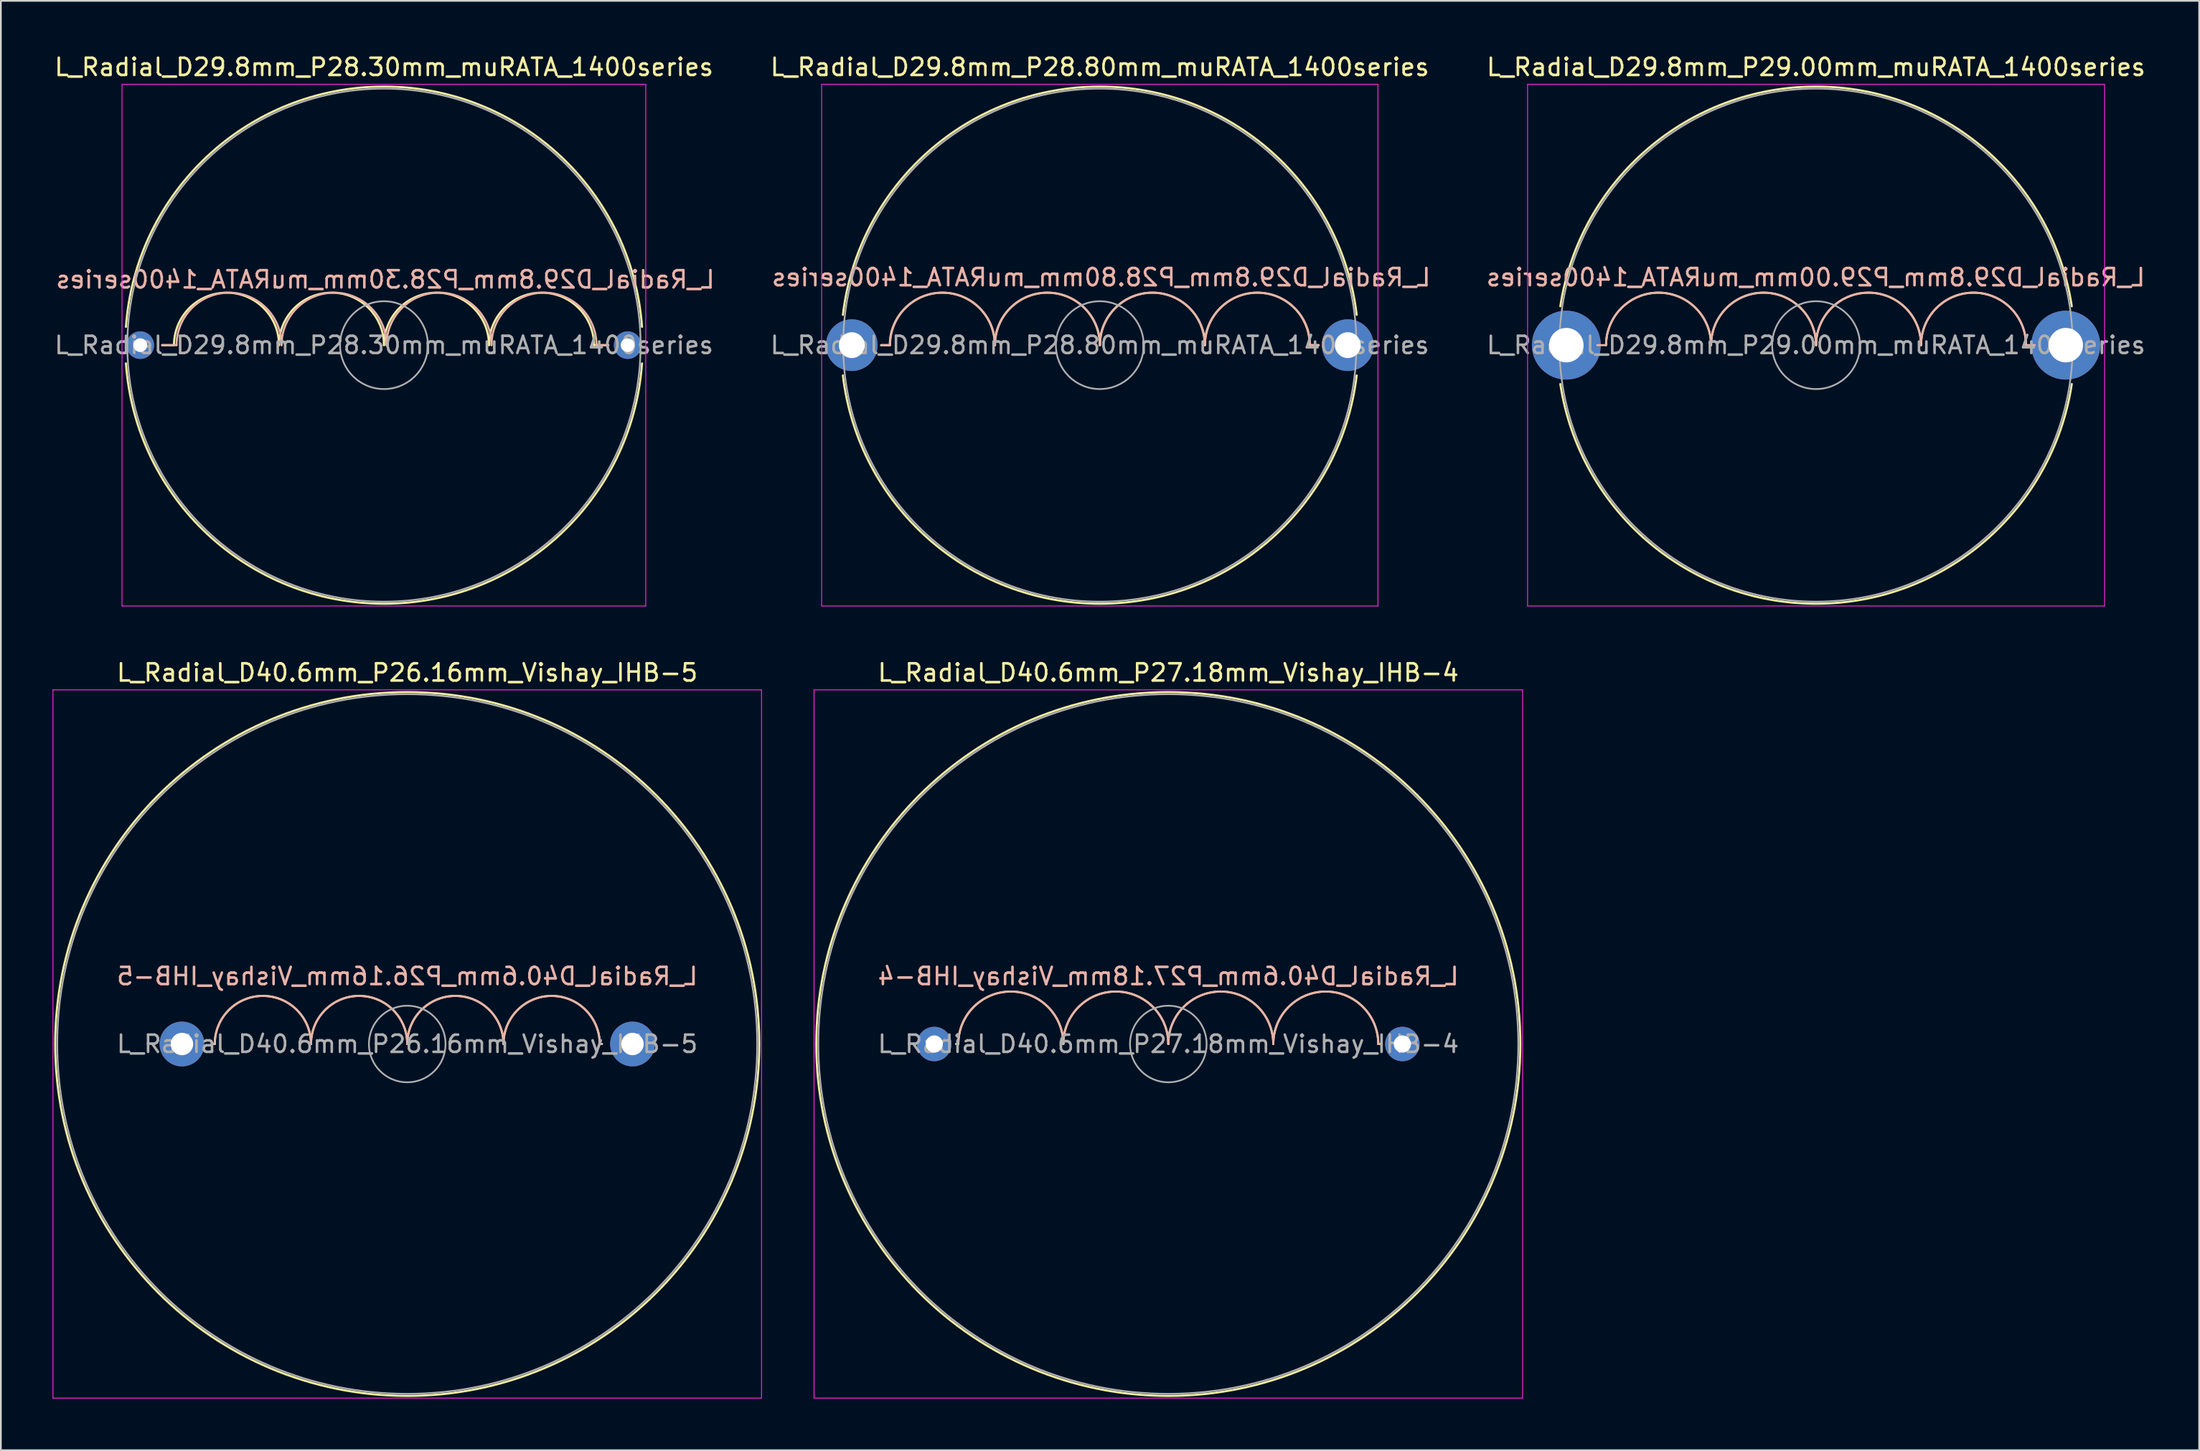
<source format=kicad_pcb>
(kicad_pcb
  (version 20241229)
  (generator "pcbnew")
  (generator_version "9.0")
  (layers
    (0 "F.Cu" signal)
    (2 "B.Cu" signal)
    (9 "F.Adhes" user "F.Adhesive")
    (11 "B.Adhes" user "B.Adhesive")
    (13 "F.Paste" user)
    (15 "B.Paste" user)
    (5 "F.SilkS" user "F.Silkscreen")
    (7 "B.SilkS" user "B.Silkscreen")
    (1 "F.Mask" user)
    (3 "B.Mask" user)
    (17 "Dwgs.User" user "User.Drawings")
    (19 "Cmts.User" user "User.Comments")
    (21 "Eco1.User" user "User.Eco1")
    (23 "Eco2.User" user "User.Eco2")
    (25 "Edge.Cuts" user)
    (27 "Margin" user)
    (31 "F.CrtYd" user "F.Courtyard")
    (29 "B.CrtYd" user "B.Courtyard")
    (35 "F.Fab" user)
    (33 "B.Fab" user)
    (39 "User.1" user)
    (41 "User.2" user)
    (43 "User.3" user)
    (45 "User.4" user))
  (footprint "L_Radial_D40.6mm_P27.18mm_Vishay_IHB-4"
    (layer "F.Cu")
    (at 51.195 57.592)
    (property "Reference" "L_Radial_D40.6mm_P27.18mm_Vishay_IHB-4" (at 13.59 -21.57 0) (layer "F.SilkS") (effects (font (size 1 1) (thickness 0.15))))
    (fp_line (start 1.398 0) (end 1.27 0) (stroke (width 0.12) (type solid)) (layer "F.SilkS"))
    (fp_line (start 25.782 0) (end 25.908 0) (stroke (width 0.12) (type solid)) (layer "F.SilkS"))
    (fp_arc (start 1.398 0) (mid 4.446 -3.048) (end 7.494 0) (stroke (width 0.12) (type solid)) (layer "F.SilkS"))
    (fp_arc (start 7.494 0) (mid 10.542 -3.048) (end 13.59 0) (stroke (width 0.12) (type solid)) (layer "F.SilkS"))
    (fp_arc (start 13.59 0) (mid 16.638 -3.048) (end 19.686 0) (stroke (width 0.12) (type solid)) (layer "F.SilkS"))
    (fp_arc (start 19.686 0) (mid 22.734 -3.048) (end 25.782 0) (stroke (width 0.12) (type solid)) (layer "F.SilkS"))
    (fp_circle (center 13.59 0) (end 34.03 0) (stroke (width 0.12) (type solid)) (fill no) (layer "F.SilkS"))
    (fp_line (start 1.396 0) (end 1.27 0) (stroke (width 0.12) (type solid)) (layer "B.SilkS"))
    (fp_line (start 25.78 0) (end 25.908 0) (stroke (width 0.12) (type solid)) (layer "B.SilkS"))
    (fp_arc (start 1.396 0) (mid 4.444 -3.048) (end 7.492 0) (stroke (width 0.12) (type solid)) (layer "B.SilkS"))
    (fp_arc (start 7.492 0) (mid 10.54 -3.048) (end 13.588 0) (stroke (width 0.12) (type solid)) (layer "B.SilkS"))
    (fp_arc (start 13.588 0) (mid 16.636 -3.048) (end 19.684 0) (stroke (width 0.12) (type solid)) (layer "B.SilkS"))
    (fp_arc (start 19.684 0) (mid 22.732 -3.048) (end 25.78 0) (stroke (width 0.12) (type solid)) (layer "B.SilkS"))
    (fp_line (start -6.98 -20.57) (end -6.98 20.57) (stroke (width 0.05) (type solid)) (layer "F.CrtYd"))
    (fp_line (start -6.98 20.57) (end 34.16 20.57) (stroke (width 0.05) (type solid)) (layer "F.CrtYd"))
    (fp_line (start 34.16 -20.57) (end -6.98 -20.57) (stroke (width 0.05) (type solid)) (layer "F.CrtYd"))
    (fp_line (start 34.16 20.57) (end 34.16 -20.57) (stroke (width 0.05) (type solid)) (layer "F.CrtYd"))
    (fp_circle (center 13.59 0) (end 15.815 0) (stroke (width 0.1) (type solid)) (fill no) (layer "F.Fab"))
    (fp_circle (center 13.59 0) (end 33.91 0) (stroke (width 0.1) (type solid)) (fill no) (layer "F.Fab"))
    (fp_text user "${REFERENCE}" (at 13.589 -3.937 0) (layer "B.SilkS") (effects (font (size 1 1) (thickness 0.15)) (justify mirror)))
    (fp_text user "${REFERENCE}" (at 13.59 0 0) (layer "F.Fab") (effects (font (size 1 1) (thickness 0.15))))
    (pad "1" thru_hole circle (at 0 0) (size 2 2) (drill 1) (layers "*.Cu" "*.Mask"))
    (pad "2" thru_hole circle (at 27.18 0) (size 2 2) (drill 1) (layers "*.Cu" "*.Mask")))
  (footprint "L_Radial_D29.8mm_P28.80mm_muRATA_1400series"
    (layer "F.Cu")
    (at 46.406 16.998)
    (property "Reference" "L_Radial_D29.8mm_P28.80mm_muRATA_1400series" (at 14.4 -16.15 0) (layer "F.SilkS") (effects (font (size 1 1) (thickness 0.15))))
    (fp_line (start 2.208 0) (end 1.7 0) (stroke (width 0.12) (type solid)) (layer "F.SilkS"))
    (fp_line (start 26.592 0) (end 27.1 0) (stroke (width 0.12) (type solid)) (layer "F.SilkS"))
    (fp_arc (start -0.516528 -1.76) (mid 14.4 -15.02) (end 29.316528 -1.76) (stroke (width 0.12) (type solid)) (layer "F.SilkS"))
    (fp_arc (start 2.208 0) (mid 5.256 -3.048) (end 8.304 0) (stroke (width 0.12) (type solid)) (layer "F.SilkS"))
    (fp_arc (start 8.304 0) (mid 11.352 -3.048) (end 14.4 0) (stroke (width 0.12) (type solid)) (layer "F.SilkS"))
    (fp_arc (start 14.4 0) (mid 17.448 -3.048) (end 20.496 0) (stroke (width 0.12) (type solid)) (layer "F.SilkS"))
    (fp_arc (start 20.496 0) (mid 23.544 -3.048) (end 26.592 0) (stroke (width 0.12) (type solid)) (layer "F.SilkS"))
    (fp_arc (start 29.316528 1.76) (mid 14.4 15.02) (end -0.516528 1.76) (stroke (width 0.12) (type solid)) (layer "F.SilkS"))
    (fp_line (start 2.223 0) (end 1.714 0) (stroke (width 0.12) (type solid)) (layer "B.SilkS"))
    (fp_line (start 26.607 0) (end 27.114 0) (stroke (width 0.12) (type solid)) (layer "B.SilkS"))
    (fp_arc (start 2.2225 0) (mid 5.2705 -3.048) (end 8.3185 0) (stroke (width 0.12) (type solid)) (layer "B.SilkS"))
    (fp_arc (start 8.3185 0) (mid 11.3665 -3.048) (end 14.4145 0) (stroke (width 0.12) (type solid)) (layer "B.SilkS"))
    (fp_arc (start 14.4145 0) (mid 17.4625 -3.048) (end 20.5105 0) (stroke (width 0.12) (type solid)) (layer "B.SilkS"))
    (fp_arc (start 20.5105 0) (mid 23.5585 -3.048) (end 26.6065 0) (stroke (width 0.12) (type solid)) (layer "B.SilkS"))
    (fp_line (start -1.75 -15.15) (end -1.75 15.15) (stroke (width 0.05) (type solid)) (layer "F.CrtYd"))
    (fp_line (start -1.75 15.15) (end 30.55 15.15) (stroke (width 0.05) (type solid)) (layer "F.CrtYd"))
    (fp_line (start 30.55 -15.15) (end -1.75 -15.15) (stroke (width 0.05) (type solid)) (layer "F.CrtYd"))
    (fp_line (start 30.55 15.15) (end 30.55 -15.15) (stroke (width 0.05) (type solid)) (layer "F.CrtYd"))
    (fp_circle (center 14.4 0) (end 16.95 0) (stroke (width 0.1) (type solid)) (fill no) (layer "F.Fab"))
    (fp_circle (center 14.4 0) (end 29.3 0) (stroke (width 0.1) (type solid)) (fill no) (layer "F.Fab"))
    (fp_text user "${REFERENCE}" (at 14.478 -3.937 0) (layer "B.SilkS") (effects (font (size 1 1) (thickness 0.15)) (justify mirror)))
    (fp_text user "${REFERENCE}" (at 14.4 0 0) (layer "F.Fab") (effects (font (size 1 1) (thickness 0.15))))
    (pad "1" thru_hole circle (at 0 0) (size 3 3) (drill 1.5) (layers "*.Cu" "*.Mask"))
    (pad "2" thru_hole circle (at 28.8 0) (size 3 3) (drill 1.5) (layers "*.Cu" "*.Mask")))
  (footprint "L_Radial_D29.8mm_P28.30mm_muRATA_1400series"
    (layer "F.Cu")
    (at 5.094 16.998)
    (property "Reference" "L_Radial_D29.8mm_P28.30mm_muRATA_1400series" (at 14.15 -16.15 0) (layer "F.SilkS") (effects (font (size 1 1) (thickness 0.15))))
    (fp_line (start 1.958 0) (end 1.27 0) (stroke (width 0.12) (type solid)) (layer "F.SilkS"))
    (fp_line (start 26.342 0) (end 27.178 0) (stroke (width 0.12) (type solid)) (layer "F.SilkS"))
    (fp_arc (start -0.83255 -1.06) (mid 14.15 -15.02) (end 29.13255 -1.06) (stroke (width 0.12) (type solid)) (layer "F.SilkS"))
    (fp_arc (start 1.958 0) (mid 5.006 -3.048) (end 8.054 0) (stroke (width 0.12) (type solid)) (layer "F.SilkS"))
    (fp_arc (start 8.054 0) (mid 11.102 -3.048) (end 14.15 0) (stroke (width 0.12) (type solid)) (layer "F.SilkS"))
    (fp_arc (start 14.15 0) (mid 17.198 -3.048) (end 20.246 0) (stroke (width 0.12) (type solid)) (layer "F.SilkS"))
    (fp_arc (start 20.246 0) (mid 23.294 -3.048) (end 26.342 0) (stroke (width 0.12) (type solid)) (layer "F.SilkS"))
    (fp_arc (start 29.13255 1.06) (mid 14.15 15.02) (end -0.83255 1.06) (stroke (width 0.12) (type solid)) (layer "F.SilkS"))
    (fp_line (start 2.106 0) (end 1.27 0) (stroke (width 0.12) (type solid)) (layer "B.SilkS"))
    (fp_line (start 26.49 0) (end 27.178 0) (stroke (width 0.12) (type solid)) (layer "B.SilkS"))
    (fp_arc (start 2.106 0) (mid 5.154 -3.048) (end 8.202 0) (stroke (width 0.12) (type solid)) (layer "B.SilkS"))
    (fp_arc (start 8.202 0) (mid 11.25 -3.048) (end 14.298 0) (stroke (width 0.12) (type solid)) (layer "B.SilkS"))
    (fp_arc (start 14.298 0) (mid 17.346 -3.048) (end 20.394 0) (stroke (width 0.12) (type solid)) (layer "B.SilkS"))
    (fp_arc (start 20.394 0) (mid 23.442 -3.048) (end 26.49 0) (stroke (width 0.12) (type solid)) (layer "B.SilkS"))
    (fp_line (start -1.06 -15.15) (end -1.06 15.15) (stroke (width 0.05) (type solid)) (layer "F.CrtYd"))
    (fp_line (start -1.06 15.15) (end 29.35 15.15) (stroke (width 0.05) (type solid)) (layer "F.CrtYd"))
    (fp_line (start 29.35 -15.15) (end -1.06 -15.15) (stroke (width 0.05) (type solid)) (layer "F.CrtYd"))
    (fp_line (start 29.35 15.15) (end 29.35 -15.15) (stroke (width 0.05) (type solid)) (layer "F.CrtYd"))
    (fp_circle (center 14.15 0) (end 16.7 0) (stroke (width 0.1) (type solid)) (fill no) (layer "F.Fab"))
    (fp_circle (center 14.15 0) (end 29.05 0) (stroke (width 0.1) (type solid)) (fill no) (layer "F.Fab"))
    (fp_text user "${REFERENCE}" (at 14.224 -3.81 0) (layer "B.SilkS") (effects (font (size 1 1) (thickness 0.15)) (justify mirror)))
    (fp_text user "${REFERENCE}" (at 14.15 0 0) (layer "F.Fab") (effects (font (size 1 1) (thickness 0.15))))
    (pad "1" thru_hole circle (at 0 0) (size 1.6 1.6) (drill 0.8) (layers "*.Cu" "*.Mask"))
    (pad "2" thru_hole circle (at 28.3 0) (size 1.6 1.6) (drill 0.8) (layers "*.Cu" "*.Mask")))
  (footprint "L_Radial_D40.6mm_P26.16mm_Vishay_IHB-5"
    (layer "F.Cu")
    (at 7.515 57.592)
    (property "Reference" "L_Radial_D40.6mm_P26.16mm_Vishay_IHB-5" (at 13.08 -21.57 0) (layer "F.SilkS") (effects (font (size 1 1) (thickness 0.15))))
    (fp_line (start 1.904 0) (end 1.778 0) (stroke (width 0.12) (type solid)) (layer "F.SilkS"))
    (fp_line (start 24.256 0) (end 24.384 0) (stroke (width 0.12) (type solid)) (layer "F.SilkS"))
    (fp_arc (start 1.904 0) (mid 4.698 -2.794) (end 7.492 0) (stroke (width 0.12) (type solid)) (layer "F.SilkS"))
    (fp_arc (start 7.492 0) (mid 10.286 -2.794) (end 13.08 0) (stroke (width 0.12) (type solid)) (layer "F.SilkS"))
    (fp_arc (start 13.08 0) (mid 15.874 -2.794) (end 18.668 0) (stroke (width 0.12) (type solid)) (layer "F.SilkS"))
    (fp_arc (start 18.668 0) (mid 21.462 -2.794) (end 24.256 0) (stroke (width 0.12) (type solid)) (layer "F.SilkS"))
    (fp_circle (center 13.08 0) (end 33.52 0) (stroke (width 0.12) (type solid)) (fill no) (layer "F.SilkS"))
    (fp_line (start 1.906 0) (end 1.778 0) (stroke (width 0.12) (type solid)) (layer "B.SilkS"))
    (fp_line (start 24.258 0) (end 24.384 0) (stroke (width 0.12) (type solid)) (layer "B.SilkS"))
    (fp_arc (start 1.906 0) (mid 4.7 -2.794) (end 7.494 0) (stroke (width 0.12) (type solid)) (layer "B.SilkS"))
    (fp_arc (start 7.494 0) (mid 10.288 -2.794) (end 13.082 0) (stroke (width 0.12) (type solid)) (layer "B.SilkS"))
    (fp_arc (start 13.082 0) (mid 15.876 -2.794) (end 18.67 0) (stroke (width 0.12) (type solid)) (layer "B.SilkS"))
    (fp_arc (start 18.67 0) (mid 21.464 -2.794) (end 24.258 0) (stroke (width 0.12) (type solid)) (layer "B.SilkS"))
    (fp_line (start -7.49 -20.57) (end -7.49 20.57) (stroke (width 0.05) (type solid)) (layer "F.CrtYd"))
    (fp_line (start -7.49 20.57) (end 33.65 20.57) (stroke (width 0.05) (type solid)) (layer "F.CrtYd"))
    (fp_line (start 33.65 -20.57) (end -7.49 -20.57) (stroke (width 0.05) (type solid)) (layer "F.CrtYd"))
    (fp_line (start 33.65 20.57) (end 33.65 -20.57) (stroke (width 0.05) (type solid)) (layer "F.CrtYd"))
    (fp_circle (center 13.08 0) (end 15.305 0) (stroke (width 0.1) (type solid)) (fill no) (layer "F.Fab"))
    (fp_circle (center 13.08 0) (end 33.4 0) (stroke (width 0.1) (type solid)) (fill no) (layer "F.Fab"))
    (fp_text user "${REFERENCE}" (at 13.081 -3.937 0) (layer "B.SilkS") (effects (font (size 1 1) (thickness 0.15)) (justify mirror)))
    (fp_text user "${REFERENCE}" (at 13.08 0 0) (layer "F.Fab") (effects (font (size 1 1) (thickness 0.15))))
    (pad "1" thru_hole circle (at 0 0) (size 2.6 2.6) (drill 1.3) (layers "*.Cu" "*.Mask"))
    (pad "2" thru_hole circle (at 26.16 0) (size 2.6 2.6) (drill 1.3) (layers "*.Cu" "*.Mask")))
  (footprint "L_Radial_D29.8mm_P29.00mm_muRATA_1400series"
    (layer "F.Cu")
    (at 87.894 16.998)
    (property "Reference" "L_Radial_D29.8mm_P29.00mm_muRATA_1400series" (at 14.5 -16.15 0) (layer "F.SilkS") (effects (font (size 1 1) (thickness 0.15))))
    (fp_arc (start -0.349 -2.26) (mid 14.5 -15.02) (end 29.349 -2.26) (stroke (width 0.12) (type solid)) (layer "F.SilkS"))
    (fp_arc (start 2.308 0) (mid 5.356 -3.048) (end 8.404 0) (stroke (width 0.12) (type solid)) (layer "F.SilkS"))
    (fp_arc (start 8.404 0) (mid 11.452 -3.048) (end 14.5 0) (stroke (width 0.12) (type solid)) (layer "F.SilkS"))
    (fp_arc (start 14.5 0) (mid 17.548 -3.048) (end 20.596 0) (stroke (width 0.12) (type solid)) (layer "F.SilkS"))
    (fp_arc (start 20.596 0) (mid 23.644 -3.048) (end 26.692 0) (stroke (width 0.12) (type solid)) (layer "F.SilkS"))
    (fp_arc (start 29.349 2.26) (mid 14.5 15.02) (end -0.349 2.26) (stroke (width 0.12) (type solid)) (layer "F.SilkS"))
    (fp_line (start 2.308 0) (end 1.8 0) (stroke (width 0.12) (type solid)) (layer "B.SilkS"))
    (fp_line (start 26.692 0) (end 27.2 0) (stroke (width 0.12) (type solid)) (layer "B.SilkS"))
    (fp_arc (start 2.308 0) (mid 5.356 -3.048) (end 8.404 0) (stroke (width 0.12) (type solid)) (layer "B.SilkS"))
    (fp_arc (start 8.404 0) (mid 11.452 -3.048) (end 14.5 0) (stroke (width 0.12) (type solid)) (layer "B.SilkS"))
    (fp_arc (start 14.5 0) (mid 17.548 -3.048) (end 20.596 0) (stroke (width 0.12) (type solid)) (layer "B.SilkS"))
    (fp_arc (start 20.596 0) (mid 23.644 -3.048) (end 26.692 0) (stroke (width 0.12) (type solid)) (layer "B.SilkS"))
    (fp_line (start -2.25 -15.15) (end -2.25 15.15) (stroke (width 0.05) (type solid)) (layer "F.CrtYd"))
    (fp_line (start -2.25 15.15) (end 31.25 15.15) (stroke (width 0.05) (type solid)) (layer "F.CrtYd"))
    (fp_line (start 31.25 -15.15) (end -2.25 -15.15) (stroke (width 0.05) (type solid)) (layer "F.CrtYd"))
    (fp_line (start 31.25 15.15) (end 31.25 -15.15) (stroke (width 0.05) (type solid)) (layer "F.CrtYd"))
    (fp_circle (center 14.5 0) (end 17.05 0) (stroke (width 0.1) (type solid)) (fill no) (layer "F.Fab"))
    (fp_circle (center 14.5 0) (end 29.4 0) (stroke (width 0.1) (type solid)) (fill no) (layer "F.Fab"))
    (fp_text user "${REFERENCE}" (at 14.478 -3.937 0) (layer "B.SilkS") (effects (font (size 1 1) (thickness 0.15)) (justify mirror)))
    (fp_text user "${REFERENCE}" (at 14.5 0 0) (layer "F.Fab") (effects (font (size 1 1) (thickness 0.15))))
    (pad "1" thru_hole circle (at 0 0) (size 4 4) (drill 2) (layers "*.Cu" "*.Mask"))
    (pad "2" thru_hole circle (at 29 0) (size 4 4) (drill 2) (layers "*.Cu" "*.Mask")))
  (gr_rect
    (start -3 -3)
    (end 124.638 81.186)
    (stroke (width 0.1) (type default))
    (fill no)
    (layer "Edge.Cuts")))
</source>
